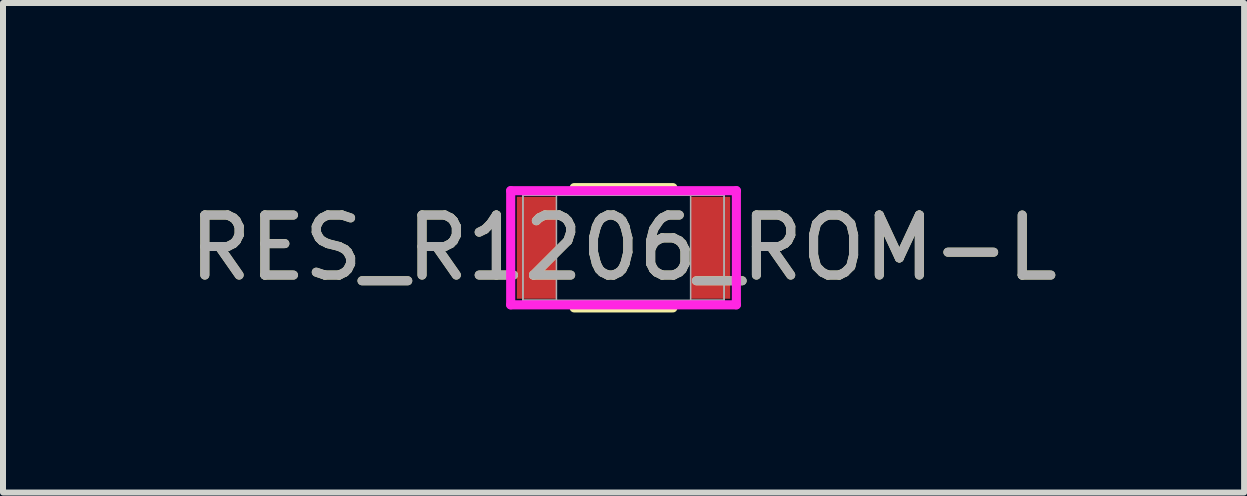
<source format=kicad_pcb>
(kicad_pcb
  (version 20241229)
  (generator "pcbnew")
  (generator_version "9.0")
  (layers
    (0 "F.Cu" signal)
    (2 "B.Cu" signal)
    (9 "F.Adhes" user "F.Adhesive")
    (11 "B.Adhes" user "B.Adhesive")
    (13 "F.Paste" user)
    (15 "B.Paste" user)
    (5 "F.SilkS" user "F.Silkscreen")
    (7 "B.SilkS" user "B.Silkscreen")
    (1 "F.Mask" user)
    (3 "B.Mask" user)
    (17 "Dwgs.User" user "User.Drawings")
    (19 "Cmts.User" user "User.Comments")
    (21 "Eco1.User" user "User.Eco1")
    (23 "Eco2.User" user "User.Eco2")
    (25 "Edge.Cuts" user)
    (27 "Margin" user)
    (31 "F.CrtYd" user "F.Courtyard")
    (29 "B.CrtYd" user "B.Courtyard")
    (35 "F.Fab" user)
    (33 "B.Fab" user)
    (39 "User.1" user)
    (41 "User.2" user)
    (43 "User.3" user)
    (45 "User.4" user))
  (footprint "RES_R1206_ROM-L"
    (layer "F.Cu")
    (at 7.339 1.078)
    (property "Reference" "RES_R1206_ROM-L" (at 0 0 0) (unlocked yes) (layer "F.SilkS") (effects (font (size 1 1) (thickness 0.15))))
    (attr smd)
    (fp_line (start -0.822 1.002) (end 0.822 1.002) (stroke (width 0.152) (type solid)) (layer "F.SilkS"))
    (fp_line (start 0.822 -1.002) (end -0.822 -1.002) (stroke (width 0.152) (type solid)) (layer "F.SilkS"))
    (fp_line (start -1.88 -0.951) (end 1.88 -0.951) (stroke (width 0.152) (type solid)) (layer "F.CrtYd"))
    (fp_line (start -1.88 0.951) (end -1.88 -0.951) (stroke (width 0.152) (type solid)) (layer "F.CrtYd"))
    (fp_line (start 1.88 -0.951) (end 1.88 0.951) (stroke (width 0.152) (type solid)) (layer "F.CrtYd"))
    (fp_line (start 1.88 0.951) (end -1.88 0.951) (stroke (width 0.152) (type solid)) (layer "F.CrtYd"))
    (fp_line (start -1.676 -0.875) (end -1.676 0.875) (stroke (width 0.025) (type solid)) (layer "F.Fab"))
    (fp_line (start -1.676 -0.875) (end -1.676 0.875) (stroke (width 0.025) (type solid)) (layer "F.Fab"))
    (fp_line (start -1.676 0.875) (end -1.118 0.875) (stroke (width 0.025) (type solid)) (layer "F.Fab"))
    (fp_line (start -1.676 0.875) (end 1.676 0.875) (stroke (width 0.025) (type solid)) (layer "F.Fab"))
    (fp_line (start -1.118 -0.875) (end -1.676 -0.875) (stroke (width 0.025) (type solid)) (layer "F.Fab"))
    (fp_line (start -1.118 0.875) (end -1.118 -0.875) (stroke (width 0.025) (type solid)) (layer "F.Fab"))
    (fp_line (start 1.118 -0.875) (end 1.118 0.875) (stroke (width 0.025) (type solid)) (layer "F.Fab"))
    (fp_line (start 1.118 0.875) (end 1.676 0.875) (stroke (width 0.025) (type solid)) (layer "F.Fab"))
    (fp_line (start 1.676 -0.875) (end -1.676 -0.875) (stroke (width 0.025) (type solid)) (layer "F.Fab"))
    (fp_line (start 1.676 -0.875) (end 1.118 -0.875) (stroke (width 0.025) (type solid)) (layer "F.Fab"))
    (fp_line (start 1.676 0.875) (end 1.676 -0.875) (stroke (width 0.025) (type solid)) (layer "F.Fab"))
    (fp_line (start 1.676 0.875) (end 1.676 -0.875) (stroke (width 0.025) (type solid)) (layer "F.Fab"))
    (fp_text user "${REFERENCE}" (at 0 0 0) (unlocked yes) (layer "F.Fab") (effects (font (size 1 1) (thickness 0.15))))
    (pad "1" smd rect (at -1.448 0) (size 0.66 1.699) (layers "F.Cu" "F.Mask" "F.Paste"))
    (pad "2" smd rect (at 1.448 0) (size 0.66 1.699) (layers "F.Cu" "F.Mask" "F.Paste"))
    (zone (net_name "") (layer "F.Cu") (hatch full 0.508) (connect_pads) (min_thickness 0.254) (filled_areas_thickness no) (keepout (tracks not_allowed) (vias not_allowed) (pads allowed) (copperpour not_allowed) (footprints allowed)) (placement (enabled no)) (fill) (polygon (pts (xy 6.272 0.254) (xy 8.406 0.254) (xy 8.406 1.902) (xy 6.272 1.902)))))
  (gr_rect
    (start -3 -3)
    (end 17.679 5.156)
    (stroke (width 0.1) (type default))
    (fill no)
    (layer "Edge.Cuts")))
</source>
